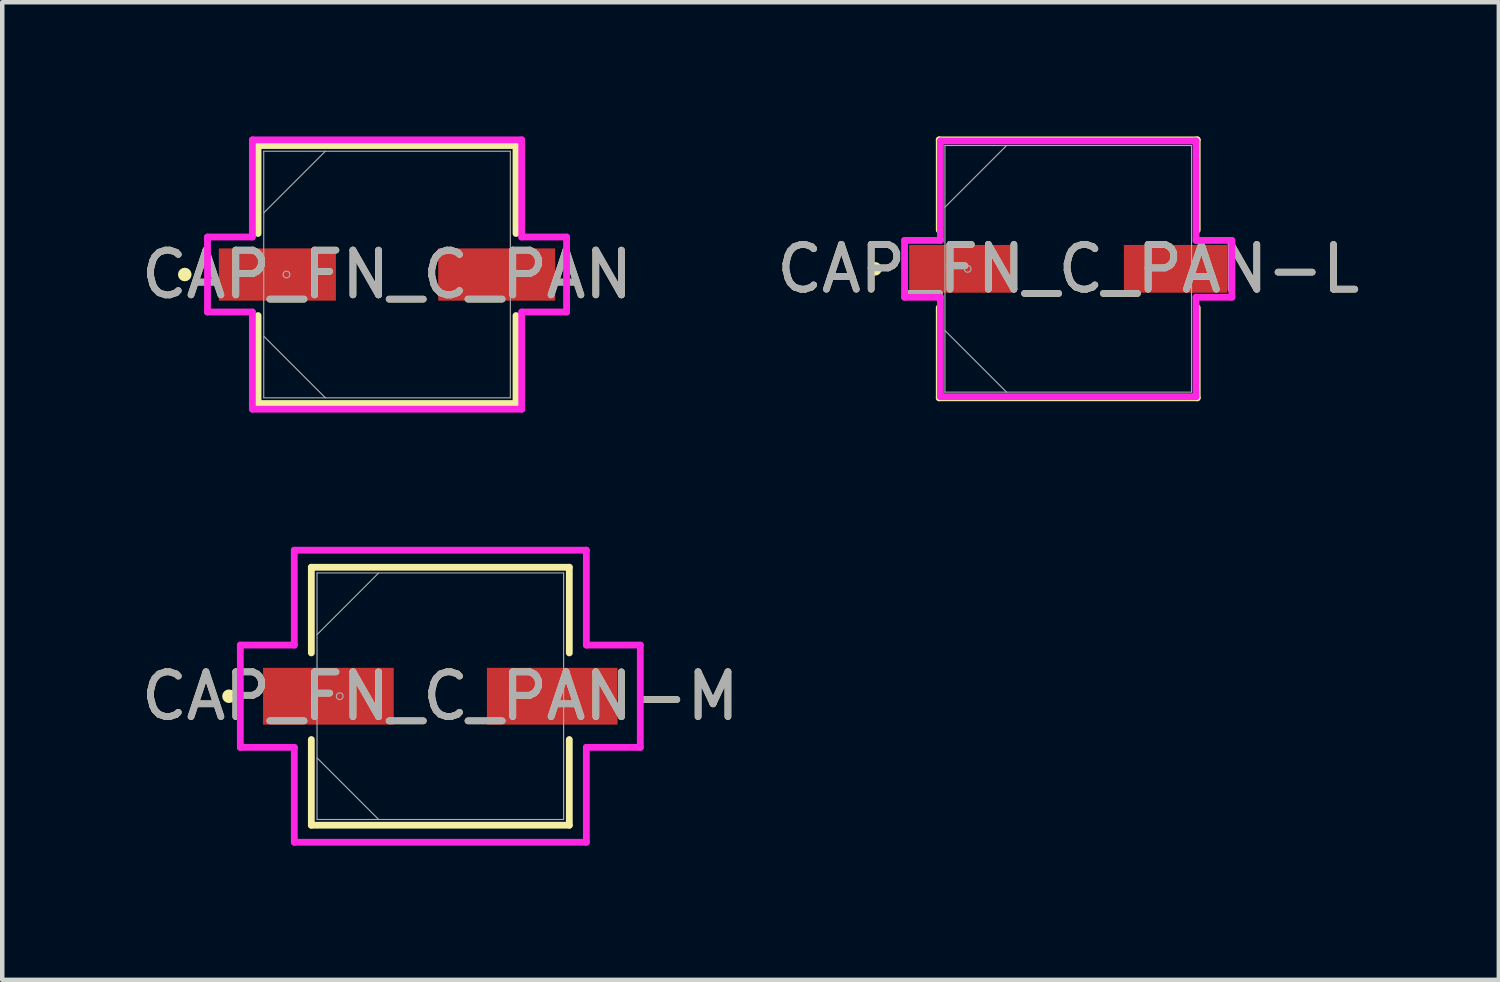
<source format=kicad_pcb>
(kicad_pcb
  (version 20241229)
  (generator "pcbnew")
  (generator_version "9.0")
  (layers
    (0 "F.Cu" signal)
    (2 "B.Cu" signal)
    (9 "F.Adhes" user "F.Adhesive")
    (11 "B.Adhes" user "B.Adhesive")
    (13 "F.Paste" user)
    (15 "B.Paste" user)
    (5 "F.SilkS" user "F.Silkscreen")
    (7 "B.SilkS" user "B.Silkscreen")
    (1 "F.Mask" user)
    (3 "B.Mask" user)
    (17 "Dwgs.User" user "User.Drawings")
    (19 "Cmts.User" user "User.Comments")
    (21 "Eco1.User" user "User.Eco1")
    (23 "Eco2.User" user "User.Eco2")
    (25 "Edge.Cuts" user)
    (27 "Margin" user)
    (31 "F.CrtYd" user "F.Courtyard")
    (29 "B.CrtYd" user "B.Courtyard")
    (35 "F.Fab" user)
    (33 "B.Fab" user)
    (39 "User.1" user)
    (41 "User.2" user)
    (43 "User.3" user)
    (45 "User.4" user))
  (footprint "CAP_FN_C_PAN"
    (layer "F.Cu")
    (at 5.601 3.086)
    (property "Reference" "CAP_FN_C_PAN" (at 0 0 0) (unlocked yes) (layer "F.SilkS") (effects (font (size 1 1) (thickness 0.15))))
    (attr smd)
    (fp_line (start -2.883 -2.883) (end -2.883 -0.917) (stroke (width 0.152) (type solid)) (layer "F.SilkS"))
    (fp_line (start -2.883 0.917) (end -2.883 2.883) (stroke (width 0.152) (type solid)) (layer "F.SilkS"))
    (fp_line (start -2.883 2.883) (end 2.883 2.883) (stroke (width 0.152) (type solid)) (layer "F.SilkS"))
    (fp_line (start 2.883 -2.883) (end -2.883 -2.883) (stroke (width 0.152) (type solid)) (layer "F.SilkS"))
    (fp_line (start 2.883 -0.917) (end 2.883 -2.883) (stroke (width 0.152) (type solid)) (layer "F.SilkS"))
    (fp_line (start 2.883 2.883) (end 2.883 0.917) (stroke (width 0.152) (type solid)) (layer "F.SilkS"))
    (fp_circle (center -4.521 0) (end -4.445 0) (stroke (width 0.152) (type solid)) (fill no) (layer "F.SilkS"))
    (fp_line (start -4.013 -0.838) (end -3.01 -0.838) (stroke (width 0.152) (type solid)) (layer "F.CrtYd"))
    (fp_line (start -4.013 0.838) (end -4.013 -0.838) (stroke (width 0.152) (type solid)) (layer "F.CrtYd"))
    (fp_line (start -3.01 -3.01) (end 3.01 -3.01) (stroke (width 0.152) (type solid)) (layer "F.CrtYd"))
    (fp_line (start -3.01 -0.838) (end -3.01 -3.01) (stroke (width 0.152) (type solid)) (layer "F.CrtYd"))
    (fp_line (start -3.01 0.838) (end -4.013 0.838) (stroke (width 0.152) (type solid)) (layer "F.CrtYd"))
    (fp_line (start -3.01 3.01) (end -3.01 0.838) (stroke (width 0.152) (type solid)) (layer "F.CrtYd"))
    (fp_line (start 3.01 -3.01) (end 3.01 -0.838) (stroke (width 0.152) (type solid)) (layer "F.CrtYd"))
    (fp_line (start 3.01 -0.838) (end 4.013 -0.838) (stroke (width 0.152) (type solid)) (layer "F.CrtYd"))
    (fp_line (start 3.01 0.838) (end 3.01 3.01) (stroke (width 0.152) (type solid)) (layer "F.CrtYd"))
    (fp_line (start 3.01 3.01) (end -3.01 3.01) (stroke (width 0.152) (type solid)) (layer "F.CrtYd"))
    (fp_line (start 4.013 -0.838) (end 4.013 0.838) (stroke (width 0.152) (type solid)) (layer "F.CrtYd"))
    (fp_line (start 4.013 0.838) (end 3.01 0.838) (stroke (width 0.152) (type solid)) (layer "F.CrtYd"))
    (fp_line (start -2.756 -2.756) (end -2.756 2.756) (stroke (width 0.025) (type solid)) (layer "F.Fab"))
    (fp_line (start -2.756 -1.378) (end -1.378 -2.756) (stroke (width 0.025) (type solid)) (layer "F.Fab"))
    (fp_line (start -2.756 1.378) (end -1.378 2.756) (stroke (width 0.025) (type solid)) (layer "F.Fab"))
    (fp_line (start -2.756 2.756) (end 2.756 2.756) (stroke (width 0.025) (type solid)) (layer "F.Fab"))
    (fp_line (start 2.756 -2.756) (end -2.756 -2.756) (stroke (width 0.025) (type solid)) (layer "F.Fab"))
    (fp_line (start 2.756 2.756) (end 2.756 -2.756) (stroke (width 0.025) (type solid)) (layer "F.Fab"))
    (fp_circle (center -2.248 0) (end -2.172 0) (stroke (width 0.025) (type solid)) (fill no) (layer "F.Fab"))
    (fp_text user "${REFERENCE}" (at 0 0 0) (unlocked yes) (layer "F.Fab") (effects (font (size 1 1) (thickness 0.15))))
    (pad "1" smd rect (at -2.451 0) (size 2.616 1.168) (layers "F.Cu" "F.Mask" "F.Paste"))
    (pad "2" smd rect (at 2.451 0) (size 2.616 1.168) (layers "F.Cu" "F.Mask" "F.Paste"))
    (zone (net_name "") (layer "F.Cu") (hatch full 0.508) (connect_pads) (min_thickness 0.254) (filled_areas_thickness no) (keepout (tracks not_allowed) (vias not_allowed) (pads allowed) (copperpour not_allowed) (footprints allowed)) (placement (enabled no)) (fill) (polygon (pts (xy 2.896 0.381) (xy 8.306 0.381) (xy 8.306 2.451) (xy 2.896 2.451))))
    (zone (net_name "") (layer "F.Cu") (hatch full 0.508) (connect_pads) (min_thickness 0.254) (filled_areas_thickness no) (keepout (tracks not_allowed) (vias not_allowed) (pads allowed) (copperpour not_allowed) (footprints allowed)) (placement (enabled no)) (fill) (polygon (pts (xy 2.896 3.721) (xy 8.306 3.721) (xy 8.306 5.791) (xy 2.896 5.791))))
    (zone (net_name "") (layer "F.Cu") (hatch full 0.508) (connect_pads) (min_thickness 0.254) (filled_areas_thickness no) (keepout (tracks not_allowed) (vias not_allowed) (pads allowed) (copperpour not_allowed) (footprints allowed)) (placement (enabled no)) (fill) (polygon (pts (xy 4.509 2.451) (xy 6.693 2.451) (xy 6.693 3.721) (xy 4.509 3.721)))))
  (footprint "CAP_FN_C_PAN-L"
    (layer "F.Cu")
    (at 20.827 2.959)
    (property "Reference" "CAP_FN_C_PAN-L" (at 0 0 0) (unlocked yes) (layer "F.SilkS") (effects (font (size 1 1) (thickness 0.15))))
    (attr smd)
    (fp_line (start -2.883 -2.883) (end -2.883 -0.866) (stroke (width 0.152) (type solid)) (layer "F.SilkS"))
    (fp_line (start -2.883 0.866) (end -2.883 2.883) (stroke (width 0.152) (type solid)) (layer "F.SilkS"))
    (fp_line (start -2.883 2.883) (end 2.883 2.883) (stroke (width 0.152) (type solid)) (layer "F.SilkS"))
    (fp_line (start 2.883 -2.883) (end -2.883 -2.883) (stroke (width 0.152) (type solid)) (layer "F.SilkS"))
    (fp_line (start 2.883 -0.866) (end 2.883 -2.883) (stroke (width 0.152) (type solid)) (layer "F.SilkS"))
    (fp_line (start 2.883 2.883) (end 2.883 0.866) (stroke (width 0.152) (type solid)) (layer "F.SilkS"))
    (fp_circle (center -4.318 0) (end -4.242 0) (stroke (width 0.152) (type solid)) (fill no) (layer "F.SilkS"))
    (fp_line (start -3.658 -0.635) (end -2.857 -0.635) (stroke (width 0.152) (type solid)) (layer "F.CrtYd"))
    (fp_line (start -3.658 0.635) (end -3.658 -0.635) (stroke (width 0.152) (type solid)) (layer "F.CrtYd"))
    (fp_line (start -2.857 -2.857) (end 2.857 -2.857) (stroke (width 0.152) (type solid)) (layer "F.CrtYd"))
    (fp_line (start -2.857 -0.635) (end -2.857 -2.857) (stroke (width 0.152) (type solid)) (layer "F.CrtYd"))
    (fp_line (start -2.857 0.635) (end -3.658 0.635) (stroke (width 0.152) (type solid)) (layer "F.CrtYd"))
    (fp_line (start -2.857 2.857) (end -2.857 0.635) (stroke (width 0.152) (type solid)) (layer "F.CrtYd"))
    (fp_line (start 2.857 -2.857) (end 2.857 -0.635) (stroke (width 0.152) (type solid)) (layer "F.CrtYd"))
    (fp_line (start 2.857 -0.635) (end 3.658 -0.635) (stroke (width 0.152) (type solid)) (layer "F.CrtYd"))
    (fp_line (start 2.857 0.635) (end 2.857 2.857) (stroke (width 0.152) (type solid)) (layer "F.CrtYd"))
    (fp_line (start 2.857 2.857) (end -2.857 2.857) (stroke (width 0.152) (type solid)) (layer "F.CrtYd"))
    (fp_line (start 3.658 -0.635) (end 3.658 0.635) (stroke (width 0.152) (type solid)) (layer "F.CrtYd"))
    (fp_line (start 3.658 0.635) (end 2.857 0.635) (stroke (width 0.152) (type solid)) (layer "F.CrtYd"))
    (fp_line (start -2.756 -2.756) (end -2.756 2.756) (stroke (width 0.025) (type solid)) (layer "F.Fab"))
    (fp_line (start -2.756 -1.378) (end -1.378 -2.756) (stroke (width 0.025) (type solid)) (layer "F.Fab"))
    (fp_line (start -2.756 1.378) (end -1.378 2.756) (stroke (width 0.025) (type solid)) (layer "F.Fab"))
    (fp_line (start -2.756 2.756) (end 2.756 2.756) (stroke (width 0.025) (type solid)) (layer "F.Fab"))
    (fp_line (start 2.756 -2.756) (end -2.756 -2.756) (stroke (width 0.025) (type solid)) (layer "F.Fab"))
    (fp_line (start 2.756 2.756) (end 2.756 -2.756) (stroke (width 0.025) (type solid)) (layer "F.Fab"))
    (fp_circle (center -2.248 0) (end -2.172 0) (stroke (width 0.025) (type solid)) (fill no) (layer "F.Fab"))
    (fp_text user "${REFERENCE}" (at 0 0 0) (unlocked yes) (layer "F.Fab") (effects (font (size 1 1) (thickness 0.15))))
    (pad "1" smd rect (at -2.4 0) (size 2.311 1.067) (layers "F.Cu" "F.Mask" "F.Paste"))
    (pad "2" smd rect (at 2.4 0) (size 2.311 1.067) (layers "F.Cu" "F.Mask" "F.Paste"))
    (zone (net_name "") (layer "F.Cu") (hatch full 0.508) (connect_pads) (min_thickness 0.254) (filled_areas_thickness no) (keepout (tracks not_allowed) (vias not_allowed) (pads allowed) (copperpour not_allowed) (footprints allowed)) (placement (enabled no)) (fill) (polygon (pts (xy 18.122 0.254) (xy 23.532 0.254) (xy 23.532 2.375) (xy 18.122 2.375))))
    (zone (net_name "") (layer "F.Cu") (hatch full 0.508) (connect_pads) (min_thickness 0.254) (filled_areas_thickness no) (keepout (tracks not_allowed) (vias not_allowed) (pads allowed) (copperpour not_allowed) (footprints allowed)) (placement (enabled no)) (fill) (polygon (pts (xy 18.122 3.543) (xy 23.532 3.543) (xy 23.532 5.664) (xy 18.122 5.664))))
    (zone (net_name "") (layer "F.Cu") (hatch full 0.508) (connect_pads) (min_thickness 0.254) (filled_areas_thickness no) (keepout (tracks not_allowed) (vias not_allowed) (pads allowed) (copperpour not_allowed) (footprints allowed)) (placement (enabled no)) (fill) (polygon (pts (xy 19.634 2.375) (xy 22.021 2.375) (xy 22.021 3.543) (xy 19.634 3.543)))))
  (footprint "CAP_FN_C_PAN-M"
    (layer "F.Cu")
    (at 6.792 12.512)
    (property "Reference" "CAP_FN_C_PAN-M" (at 0 0 0) (unlocked yes) (layer "F.SilkS") (effects (font (size 1 1) (thickness 0.15))))
    (attr smd)
    (fp_line (start -2.883 -2.883) (end -2.883 -0.968) (stroke (width 0.152) (type solid)) (layer "F.SilkS"))
    (fp_line (start -2.883 0.968) (end -2.883 2.883) (stroke (width 0.152) (type solid)) (layer "F.SilkS"))
    (fp_line (start -2.883 2.883) (end 2.883 2.883) (stroke (width 0.152) (type solid)) (layer "F.SilkS"))
    (fp_line (start 2.883 -2.883) (end -2.883 -2.883) (stroke (width 0.152) (type solid)) (layer "F.SilkS"))
    (fp_line (start 2.883 -0.968) (end 2.883 -2.883) (stroke (width 0.152) (type solid)) (layer "F.SilkS"))
    (fp_line (start 2.883 2.883) (end 2.883 0.968) (stroke (width 0.152) (type solid)) (layer "F.SilkS"))
    (fp_circle (center -4.724 0) (end -4.648 0) (stroke (width 0.152) (type solid)) (fill no) (layer "F.SilkS"))
    (fp_line (start -4.47 -1.143) (end -3.264 -1.143) (stroke (width 0.152) (type solid)) (layer "F.CrtYd"))
    (fp_line (start -4.47 1.143) (end -4.47 -1.143) (stroke (width 0.152) (type solid)) (layer "F.CrtYd"))
    (fp_line (start -3.264 -3.264) (end 3.264 -3.264) (stroke (width 0.152) (type solid)) (layer "F.CrtYd"))
    (fp_line (start -3.264 -1.143) (end -3.264 -3.264) (stroke (width 0.152) (type solid)) (layer "F.CrtYd"))
    (fp_line (start -3.264 1.143) (end -4.47 1.143) (stroke (width 0.152) (type solid)) (layer "F.CrtYd"))
    (fp_line (start -3.264 3.264) (end -3.264 1.143) (stroke (width 0.152) (type solid)) (layer "F.CrtYd"))
    (fp_line (start 3.264 -3.264) (end 3.264 -1.143) (stroke (width 0.152) (type solid)) (layer "F.CrtYd"))
    (fp_line (start 3.264 -1.143) (end 4.47 -1.143) (stroke (width 0.152) (type solid)) (layer "F.CrtYd"))
    (fp_line (start 3.264 1.143) (end 3.264 3.264) (stroke (width 0.152) (type solid)) (layer "F.CrtYd"))
    (fp_line (start 3.264 3.264) (end -3.264 3.264) (stroke (width 0.152) (type solid)) (layer "F.CrtYd"))
    (fp_line (start 4.47 -1.143) (end 4.47 1.143) (stroke (width 0.152) (type solid)) (layer "F.CrtYd"))
    (fp_line (start 4.47 1.143) (end 3.264 1.143) (stroke (width 0.152) (type solid)) (layer "F.CrtYd"))
    (fp_line (start -2.756 -2.756) (end -2.756 2.756) (stroke (width 0.025) (type solid)) (layer "F.Fab"))
    (fp_line (start -2.756 -1.378) (end -1.378 -2.756) (stroke (width 0.025) (type solid)) (layer "F.Fab"))
    (fp_line (start -2.756 1.378) (end -1.378 2.756) (stroke (width 0.025) (type solid)) (layer "F.Fab"))
    (fp_line (start -2.756 2.756) (end 2.756 2.756) (stroke (width 0.025) (type solid)) (layer "F.Fab"))
    (fp_line (start 2.756 -2.756) (end -2.756 -2.756) (stroke (width 0.025) (type solid)) (layer "F.Fab"))
    (fp_line (start 2.756 2.756) (end 2.756 -2.756) (stroke (width 0.025) (type solid)) (layer "F.Fab"))
    (fp_circle (center -2.248 0) (end -2.172 0) (stroke (width 0.025) (type solid)) (fill no) (layer "F.Fab"))
    (fp_text user "${REFERENCE}" (at 0 0 0) (unlocked yes) (layer "F.Fab") (effects (font (size 1 1) (thickness 0.15))))
    (pad "1" smd rect (at -2.502 0) (size 2.921 1.27) (layers "F.Cu" "F.Mask" "F.Paste"))
    (pad "2" smd rect (at 2.502 0) (size 2.921 1.27) (layers "F.Cu" "F.Mask" "F.Paste"))
    (zone (net_name "") (layer "F.Cu") (hatch full 0.508) (connect_pads) (min_thickness 0.254) (filled_areas_thickness no) (keepout (tracks not_allowed) (vias not_allowed) (pads allowed) (copperpour not_allowed) (footprints allowed)) (placement (enabled no)) (fill) (polygon (pts (xy 4.087 9.807) (xy 9.497 9.807) (xy 9.497 11.826) (xy 4.087 11.826))))
    (zone (net_name "") (layer "F.Cu") (hatch full 0.508) (connect_pads) (min_thickness 0.254) (filled_areas_thickness no) (keepout (tracks not_allowed) (vias not_allowed) (pads allowed) (copperpour not_allowed) (footprints allowed)) (placement (enabled no)) (fill) (polygon (pts (xy 4.087 13.198) (xy 9.497 13.198) (xy 9.497 15.217) (xy 4.087 15.217))))
    (zone (net_name "") (layer "F.Cu") (hatch full 0.508) (connect_pads) (min_thickness 0.254) (filled_areas_thickness no) (keepout (tracks not_allowed) (vias not_allowed) (pads allowed) (copperpour not_allowed) (footprints allowed)) (placement (enabled no)) (fill) (polygon (pts (xy 5.801 11.826) (xy 7.782 11.826) (xy 7.782 13.198) (xy 5.801 13.198)))))
  (gr_rect
    (start -3 -3)
    (end 30.452 18.852)
    (stroke (width 0.1) (type default))
    (fill no)
    (layer "Edge.Cuts")))
</source>
